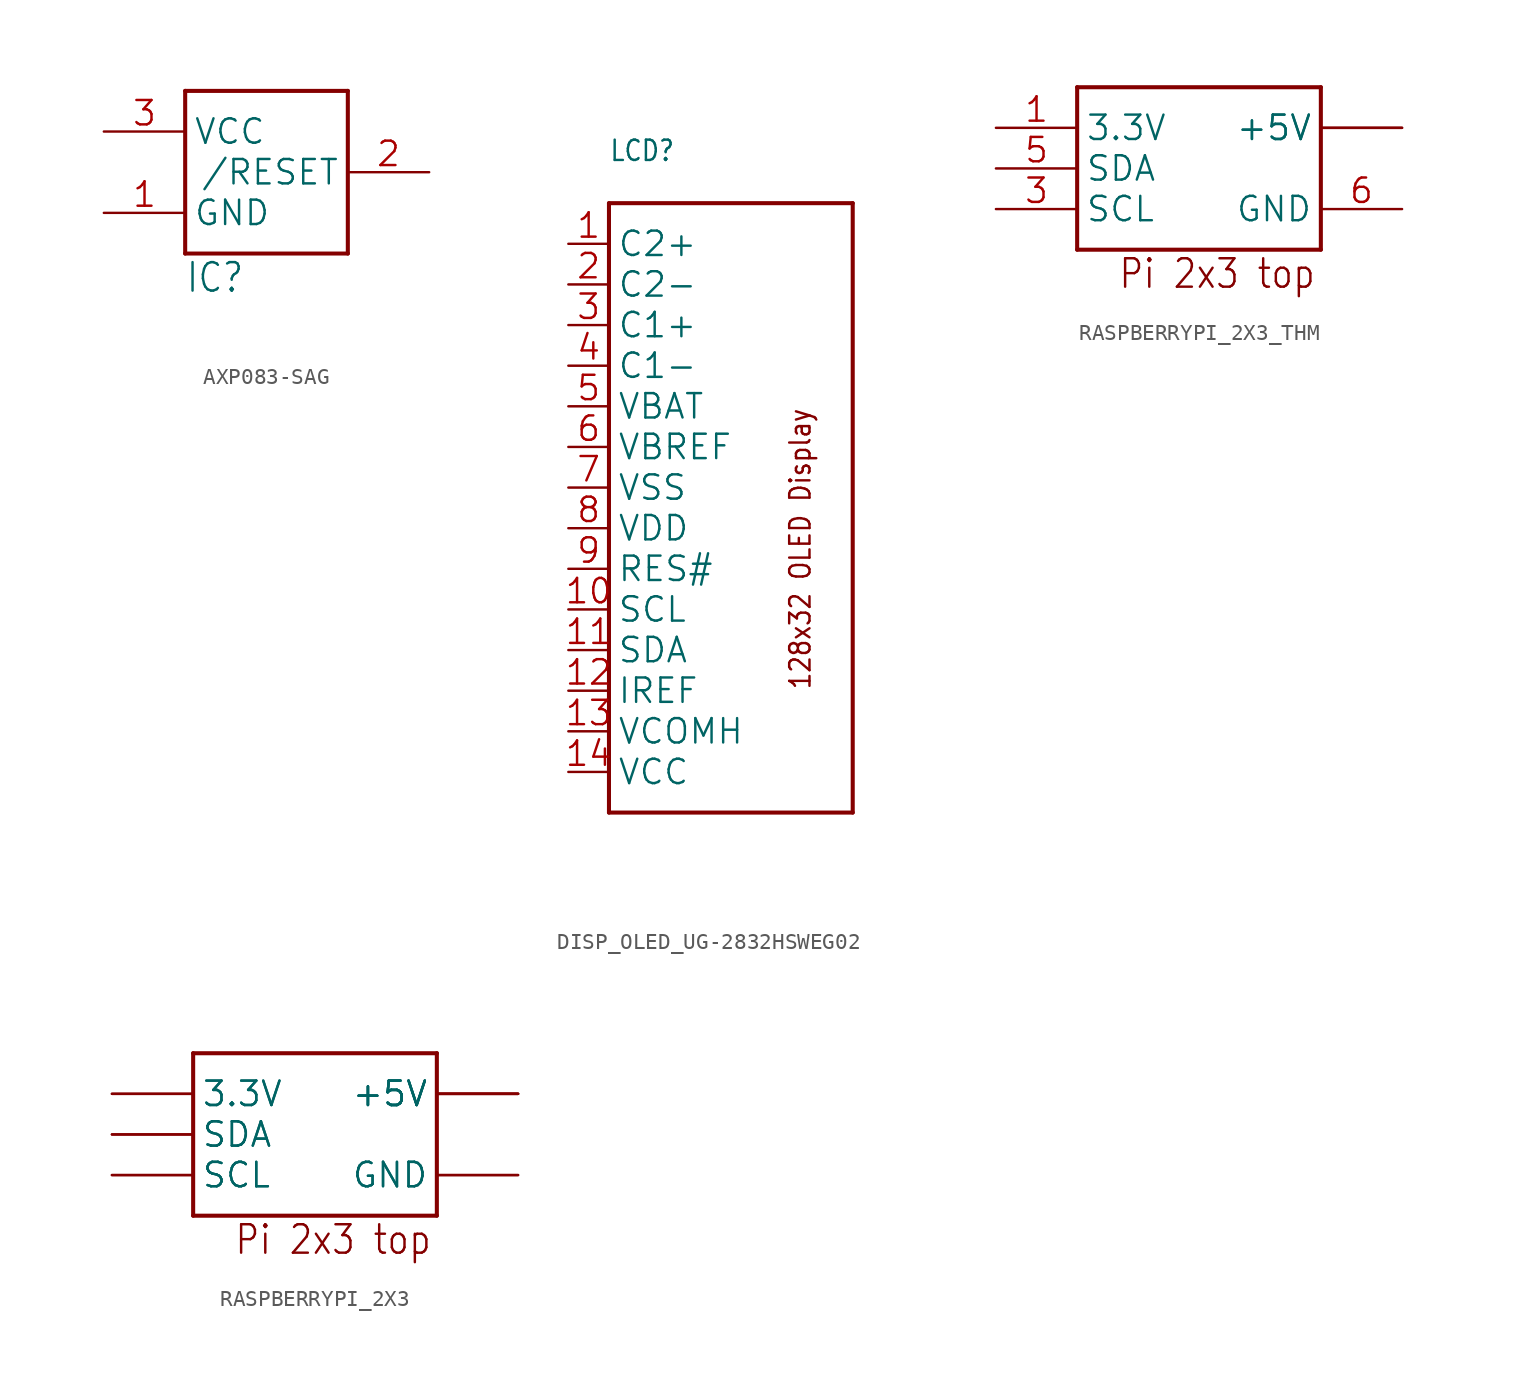
<source format=kicad_sym>
(kicad_symbol_lib
  (version 20241209)
  (generator "kicad_symbol_editor")
  (generator_version "9.0")
  (symbol "AXP083-SAG"
    (property "Reference" "IC"
      (at -5.08 -7.62 0)
      (effects (font (size 1.778 1.511)) (justify left bottom)))
    (property "Value" ""
      (at -5.08 -10.16 0)
      (effects (font (size 1.778 1.511)) (justify left bottom)))
    (property "ki_locked" ""
      (at 0 0 0)
      (effects (font (size 1.27 1.27))))
    (symbol "AXP083-SAG_1_0"
      (polyline (pts (xy -5.08 5.08) (xy 5.08 5.08)) (stroke (width 0.254) (type solid)) (fill (type none)))
      (polyline (pts (xy -5.08 -5.08) (xy -5.08 5.08)) (stroke (width 0.254) (type solid)) (fill (type none)))
      (polyline (pts (xy 5.08 5.08) (xy 5.08 -5.08)) (stroke (width 0.254) (type solid)) (fill (type none)))
      (polyline (pts (xy 5.08 -5.08) (xy -5.08 -5.08)) (stroke (width 0.254) (type solid)) (fill (type none)))
      (pin power_in line (at -10.16 2.54 0) (length 5.08) (name "VCC" (effects (font (size 1.524 1.524)))) (number "3" (effects (font (size 1.524 1.524)))))
      (pin power_in line (at -10.16 -2.54 0) (length 5.08) (name "GND" (effects (font (size 1.524 1.524)))) (number "1" (effects (font (size 1.524 1.524)))))
      (pin output line (at 10.16 0 180) (length 5.08) (name "/RESET" (effects (font (size 1.524 1.524)))) (number "2" (effects (font (size 1.524 1.524)))))))
  (symbol "DISP_OLED_UG-2832HSWEG02"
    (property "Reference" "LCD"
      (at -7.62 22.86 0)
      (effects (font (size 1.27 1.079)) (justify left bottom)))
    (property "Value" ""
      (at -7.62 -20.32 0)
      (effects (font (size 1.27 1.079)) (justify left bottom)))
    (property "ki_locked" ""
      (at 0 0 0)
      (effects (font (size 1.27 1.27))))
    (symbol "DISP_OLED_UG-2832HSWEG02_1_0"
      (polyline (pts (xy -7.62 20.32) (xy -7.62 -17.78)) (stroke (width 0.254) (type solid)) (fill (type none)))
      (polyline (pts (xy -7.62 -17.78) (xy 7.62 -17.78)) (stroke (width 0.254) (type solid)) (fill (type none)))
      (polyline (pts (xy 7.62 20.32) (xy -7.62 20.32)) (stroke (width 0.254) (type solid)) (fill (type none)))
      (polyline (pts (xy 7.62 -17.78) (xy 7.62 20.32)) (stroke (width 0.254) (type solid)) (fill (type none)))
      (text "128x32 OLED Display" (at 5.08 -10.16 900) (effects (font (size 1.27 1.079)) (justify left bottom)))
      (pin bidirectional line (at -10.16 17.78 0) (length 2.54) (name "C2+" (effects (font (size 1.524 1.524)))) (number "1" (effects (font (size 1.524 1.524)))))
      (pin bidirectional line (at -10.16 15.24 0) (length 2.54) (name "C2-" (effects (font (size 1.524 1.524)))) (number "2" (effects (font (size 1.524 1.524)))))
      (pin bidirectional line (at -10.16 12.7 0) (length 2.54) (name "C1+" (effects (font (size 1.524 1.524)))) (number "3" (effects (font (size 1.524 1.524)))))
      (pin bidirectional line (at -10.16 10.16 0) (length 2.54) (name "C1-" (effects (font (size 1.524 1.524)))) (number "4" (effects (font (size 1.524 1.524)))))
      (pin power_in line (at -10.16 7.62 0) (length 2.54) (name "VBAT" (effects (font (size 1.524 1.524)))) (number "5" (effects (font (size 1.524 1.524)))))
      (pin power_in line (at -10.16 5.08 0) (length 2.54) (name "VBREF" (effects (font (size 1.524 1.524)))) (number "6" (effects (font (size 1.524 1.524)))))
      (pin power_in line (at -10.16 2.54 0) (length 2.54) (name "VSS" (effects (font (size 1.524 1.524)))) (number "7" (effects (font (size 1.524 1.524)))))
      (pin power_in line (at -10.16 0 0) (length 2.54) (name "VDD" (effects (font (size 1.524 1.524)))) (number "8" (effects (font (size 1.524 1.524)))))
      (pin bidirectional line (at -10.16 -2.54 0) (length 2.54) (name "RES#" (effects (font (size 1.524 1.524)))) (number "9" (effects (font (size 1.524 1.524)))))
      (pin bidirectional line (at -10.16 -5.08 0) (length 2.54) (name "SCL" (effects (font (size 1.524 1.524)))) (number "10" (effects (font (size 1.524 1.524)))))
      (pin bidirectional line (at -10.16 -7.62 0) (length 2.54) (name "SDA" (effects (font (size 1.524 1.524)))) (number "11" (effects (font (size 1.524 1.524)))))
      (pin bidirectional line (at -10.16 -10.16 0) (length 2.54) (name "IREF" (effects (font (size 1.524 1.524)))) (number "12" (effects (font (size 1.524 1.524)))))
      (pin power_in line (at -10.16 -12.7 0) (length 2.54) (name "VCOMH" (effects (font (size 1.524 1.524)))) (number "13" (effects (font (size 1.524 1.524)))))
      (pin power_in line (at -10.16 -15.24 0) (length 2.54) (name "VCC" (effects (font (size 1.524 1.524)))) (number "14" (effects (font (size 1.524 1.524)))))))
  (symbol "RASPBERRYPI_2X3_THM"
    (property "Reference" "RPI"
      (at 0 0 0)
      (effects (font (size 1.27 1.27)) (hide yes)))
    (property "ki_locked" ""
      (at 0 0 0)
      (effects (font (size 1.27 1.27))))
    (symbol "RASPBERRYPI_2X3_THM_1_0"
      (polyline (pts (xy -7.62 5.08) (xy 7.62 5.08)) (stroke (width 0.254) (type solid)) (fill (type none)))
      (polyline (pts (xy -7.62 -5.08) (xy -7.62 5.08)) (stroke (width 0.254) (type solid)) (fill (type none)))
      (polyline (pts (xy 7.62 5.08) (xy 7.62 -5.08)) (stroke (width 0.254) (type solid)) (fill (type none)))
      (polyline (pts (xy 7.62 -5.08) (xy -7.62 -5.08)) (stroke (width 0.254) (type solid)) (fill (type none)))
      (text "Pi 2x3 top" (at -5.08 -7.62 0) (effects (font (size 1.778 1.511)) (justify left bottom)))
      (pin bidirectional line (at -12.7 2.54 0) (length 5.08) (name "3.3V" (effects (font (size 1.524 1.524)))) (number "1" (effects (font (size 1.524 1.524)))))
      (pin bidirectional line (at -12.7 0 0) (length 5.08) (name "SDA" (effects (font (size 1.524 1.524)))) (number "5" (effects (font (size 1.524 1.524)))))
      (pin bidirectional line (at -12.7 -2.54 0) (length 5.08) (name "SCL" (effects (font (size 1.524 1.524)))) (number "3" (effects (font (size 1.524 1.524)))))
      (pin bidirectional line (at 12.7 2.54 180) (length 5.08) (name "+5V" (effects (font (size 1.524 1.524)))) (number "2" (effects (font (size 0 0)))))
      (pin bidirectional line (at 12.7 2.54 180) (length 5.08) (name "+5V" (effects (font (size 1.524 1.524)))) (number "4" (effects (font (size 0 0)))))
      (pin bidirectional line (at 12.7 -2.54 180) (length 5.08) (name "GND" (effects (font (size 1.524 1.524)))) (number "6" (effects (font (size 1.524 1.524)))))))
  (symbol "RASPBERRYPI_2X3"
    (property "Reference" "RPI"
      (at 0 0 0)
      (effects (font (size 1.27 1.27)) (hide yes)))
    (property "ki_locked" ""
      (at 0 0 0)
      (effects (font (size 1.27 1.27))))
    (symbol "RASPBERRYPI_2X3_1_0"
      (polyline (pts (xy -7.62 5.08) (xy 7.62 5.08)) (stroke (width 0.254) (type solid)) (fill (type none)))
      (polyline (pts (xy -7.62 -5.08) (xy -7.62 5.08)) (stroke (width 0.254) (type solid)) (fill (type none)))
      (polyline (pts (xy 7.62 5.08) (xy 7.62 -5.08)) (stroke (width 0.254) (type solid)) (fill (type none)))
      (polyline (pts (xy 7.62 -5.08) (xy -7.62 -5.08)) (stroke (width 0.254) (type solid)) (fill (type none)))
      (text "Pi 2x3 top" (at -5.08 -7.62 0) (effects (font (size 1.778 1.511)) (justify left bottom)))
      (pin bidirectional line (at -12.7 2.54 0) (length 5.08) (name "3.3V" (effects (font (size 1.524 1.524)))) (number "1" (effects (font (size 0 0)))))
      (pin bidirectional line (at -12.7 2.54 0) (length 5.08) (name "3.3V" (effects (font (size 1.524 1.524)))) (number "1'" (effects (font (size 0 0)))))
      (pin bidirectional line (at -12.7 0 0) (length 5.08) (name "SDA" (effects (font (size 1.524 1.524)))) (number "3" (effects (font (size 0 0)))))
      (pin bidirectional line (at -12.7 0 0) (length 5.08) (name "SDA" (effects (font (size 1.524 1.524)))) (number "3'" (effects (font (size 0 0)))))
      (pin bidirectional line (at -12.7 -2.54 0) (length 5.08) (name "SCL" (effects (font (size 1.524 1.524)))) (number "5" (effects (font (size 0 0)))))
      (pin bidirectional line (at -12.7 -2.54 0) (length 5.08) (name "SCL" (effects (font (size 1.524 1.524)))) (number "5'" (effects (font (size 0 0)))))
      (pin bidirectional line (at 12.7 2.54 180) (length 5.08) (name "+5V" (effects (font (size 1.524 1.524)))) (number "2" (effects (font (size 0 0)))))
      (pin bidirectional line (at 12.7 2.54 180) (length 5.08) (name "+5V" (effects (font (size 1.524 1.524)))) (number "2'" (effects (font (size 0 0)))))
      (pin bidirectional line (at 12.7 2.54 180) (length 5.08) (name "+5V" (effects (font (size 1.524 1.524)))) (number "4" (effects (font (size 0 0)))))
      (pin bidirectional line (at 12.7 2.54 180) (length 5.08) (name "+5V" (effects (font (size 1.524 1.524)))) (number "4'" (effects (font (size 0 0)))))
      (pin bidirectional line (at 12.7 -2.54 180) (length 5.08) (name "GND" (effects (font (size 1.524 1.524)))) (number "6" (effects (font (size 0 0)))))
      (pin bidirectional line (at 12.7 -2.54 180) (length 5.08) (name "GND" (effects (font (size 1.524 1.524)))) (number "6'" (effects (font (size 0 0))))))))
</source>
